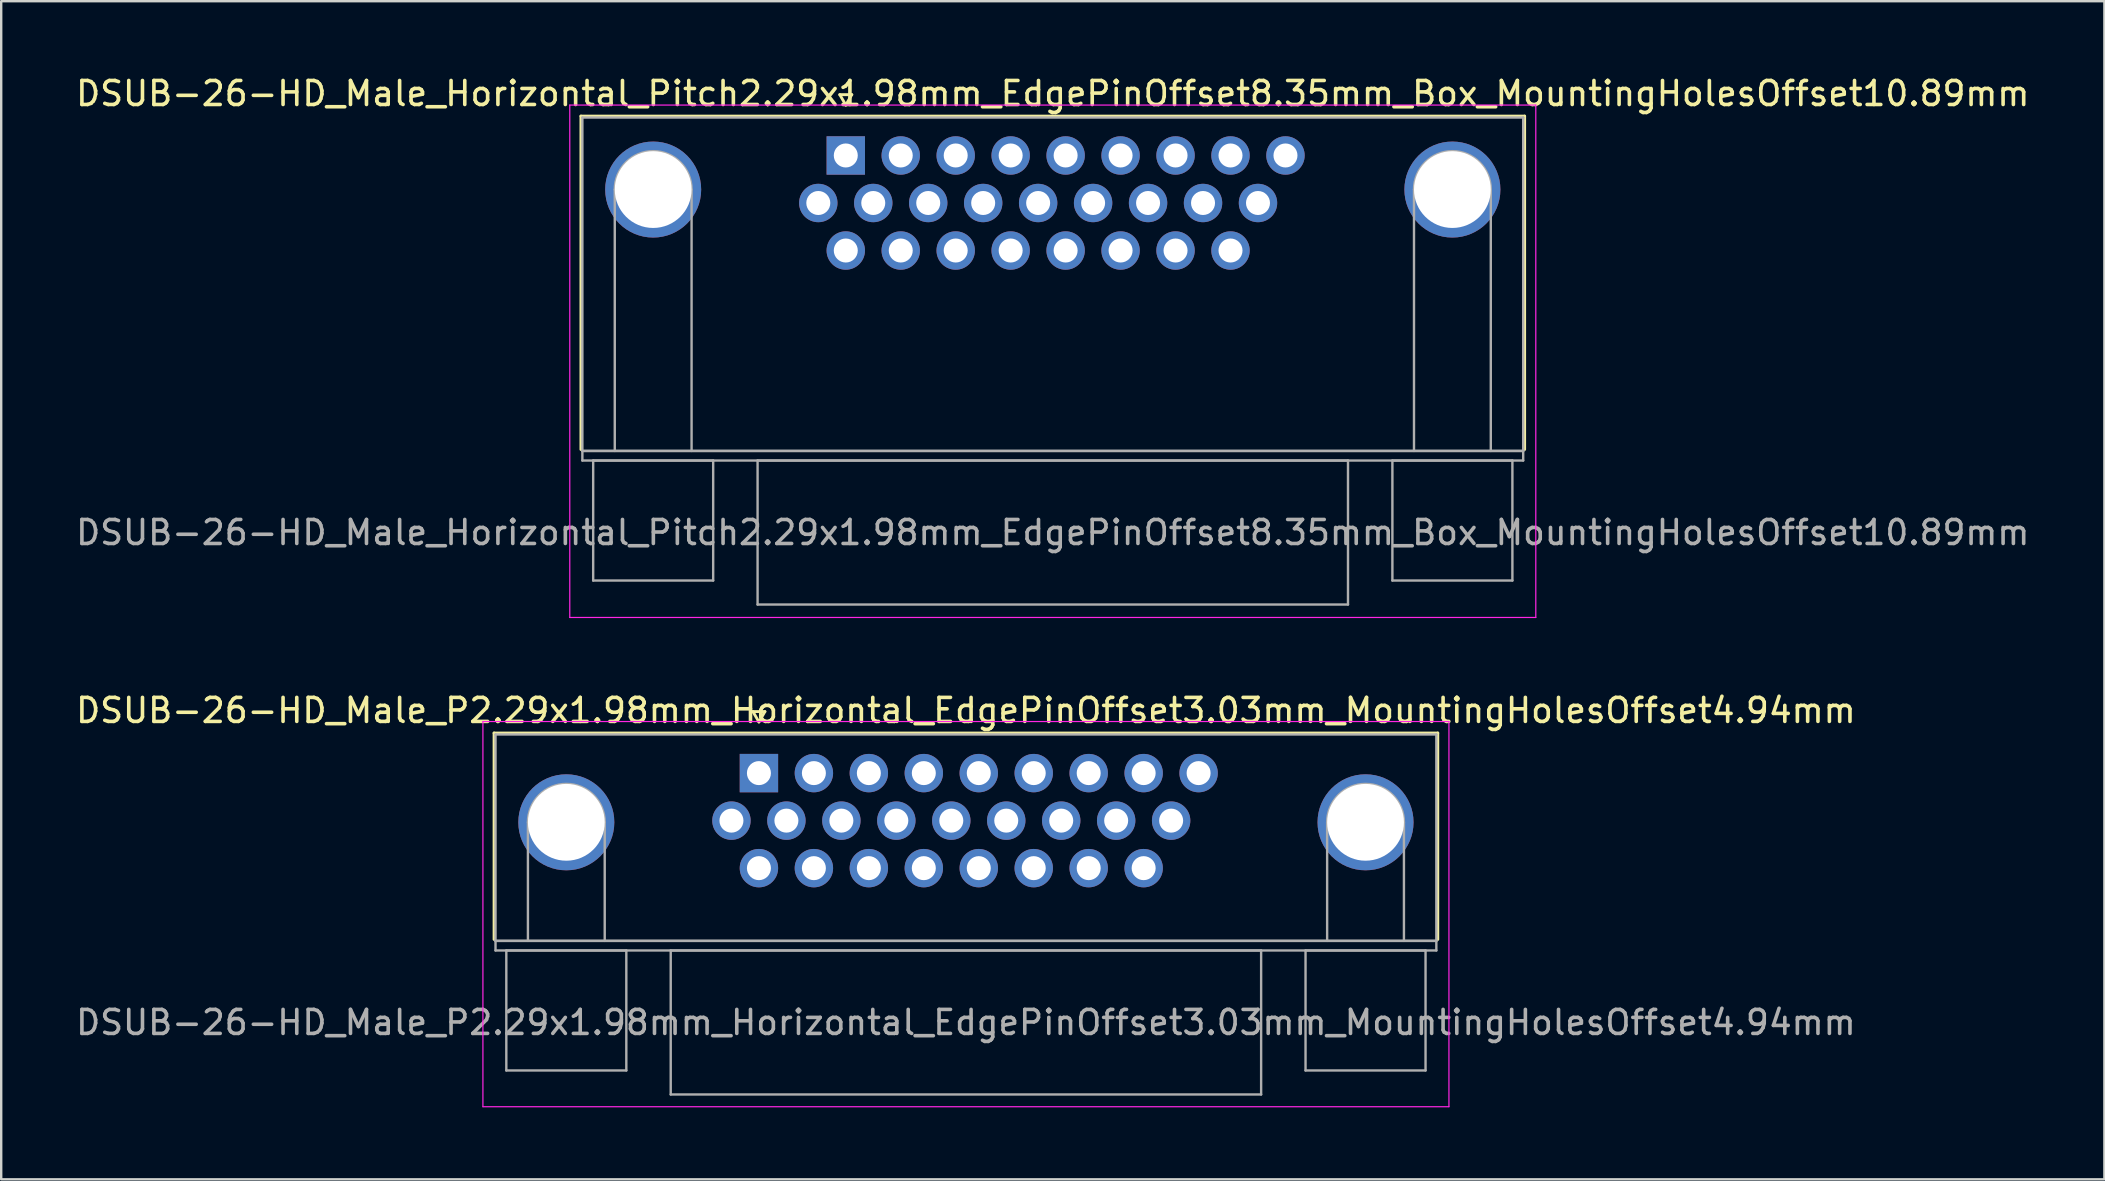
<source format=kicad_pcb>
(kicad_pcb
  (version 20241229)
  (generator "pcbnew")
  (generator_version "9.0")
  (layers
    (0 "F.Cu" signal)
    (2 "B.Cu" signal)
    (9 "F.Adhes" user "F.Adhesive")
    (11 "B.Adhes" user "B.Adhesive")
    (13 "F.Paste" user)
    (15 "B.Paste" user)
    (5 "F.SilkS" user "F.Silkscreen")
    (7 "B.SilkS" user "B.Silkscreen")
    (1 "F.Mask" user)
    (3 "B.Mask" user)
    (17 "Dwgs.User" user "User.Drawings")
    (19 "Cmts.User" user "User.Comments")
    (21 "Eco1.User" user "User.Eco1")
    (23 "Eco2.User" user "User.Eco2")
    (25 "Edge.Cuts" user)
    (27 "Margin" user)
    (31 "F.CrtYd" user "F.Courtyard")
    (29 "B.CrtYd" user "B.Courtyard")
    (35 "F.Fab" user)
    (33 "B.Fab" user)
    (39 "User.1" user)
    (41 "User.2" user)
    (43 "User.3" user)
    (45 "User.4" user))
  (footprint "DSUB-26-HD_Male_P2.29x1.98mm_Horizontal_EdgePinOffset3.03mm_MountingHolesOffset4.94mm"
    (layer "F.Cu")
    (at 28.571 29.162)
    (property "Reference" "DSUB-26-HD_Male_P2.29x1.98mm_Horizontal_EdgePinOffset3.03mm_MountingHolesOffset4.94mm" (at 8.625 -2.61 0) (layer "F.SilkS") (effects (font (size 1 1) (thickness 0.15))))
    (attr through_hole)
    (fp_line (start -11.035 -1.67) (end 28.285 -1.67) (stroke (width 0.12) (type solid)) (layer "F.SilkS"))
    (fp_line (start -11.035 6.93) (end -11.035 -1.67) (stroke (width 0.12) (type solid)) (layer "F.SilkS"))
    (fp_line (start -0.25 -2.564) (end 0.25 -2.564) (stroke (width 0.12) (type solid)) (layer "F.SilkS"))
    (fp_line (start 0 -2.131) (end -0.25 -2.564) (stroke (width 0.12) (type solid)) (layer "F.SilkS"))
    (fp_line (start 0.25 -2.564) (end 0 -2.131) (stroke (width 0.12) (type solid)) (layer "F.SilkS"))
    (fp_line (start 28.285 -1.67) (end 28.285 6.93) (stroke (width 0.12) (type solid)) (layer "F.SilkS"))
    (fp_line (start -11.5 -2.15) (end -11.5 13.9) (stroke (width 0.05) (type solid)) (layer "F.CrtYd"))
    (fp_line (start -11.5 13.9) (end 28.75 13.9) (stroke (width 0.05) (type solid)) (layer "F.CrtYd"))
    (fp_line (start 28.75 -2.15) (end -11.5 -2.15) (stroke (width 0.05) (type solid)) (layer "F.CrtYd"))
    (fp_line (start 28.75 13.9) (end 28.75 -2.15) (stroke (width 0.05) (type solid)) (layer "F.CrtYd"))
    (fp_line (start -10.975 -1.61) (end -10.975 6.99) (stroke (width 0.1) (type solid)) (layer "F.Fab"))
    (fp_line (start -10.975 6.99) (end -10.975 7.39) (stroke (width 0.1) (type solid)) (layer "F.Fab"))
    (fp_line (start -10.975 6.99) (end 28.225 6.99) (stroke (width 0.1) (type solid)) (layer "F.Fab"))
    (fp_line (start -10.975 7.39) (end 28.225 7.39) (stroke (width 0.1) (type solid)) (layer "F.Fab"))
    (fp_line (start -10.525 7.39) (end -10.525 12.39) (stroke (width 0.1) (type solid)) (layer "F.Fab"))
    (fp_line (start -10.525 12.39) (end -5.525 12.39) (stroke (width 0.1) (type solid)) (layer "F.Fab"))
    (fp_line (start -9.625 6.99) (end -9.625 2.05) (stroke (width 0.1) (type solid)) (layer "F.Fab"))
    (fp_line (start -6.425 6.99) (end -6.425 2.05) (stroke (width 0.1) (type solid)) (layer "F.Fab"))
    (fp_line (start -5.525 7.39) (end -10.525 7.39) (stroke (width 0.1) (type solid)) (layer "F.Fab"))
    (fp_line (start -5.525 12.39) (end -5.525 7.39) (stroke (width 0.1) (type solid)) (layer "F.Fab"))
    (fp_line (start -3.675 7.39) (end -3.675 13.39) (stroke (width 0.1) (type solid)) (layer "F.Fab"))
    (fp_line (start -3.675 13.39) (end 20.925 13.39) (stroke (width 0.1) (type solid)) (layer "F.Fab"))
    (fp_line (start 20.925 7.39) (end -3.675 7.39) (stroke (width 0.1) (type solid)) (layer "F.Fab"))
    (fp_line (start 20.925 13.39) (end 20.925 7.39) (stroke (width 0.1) (type solid)) (layer "F.Fab"))
    (fp_line (start 22.775 7.39) (end 22.775 12.39) (stroke (width 0.1) (type solid)) (layer "F.Fab"))
    (fp_line (start 22.775 12.39) (end 27.775 12.39) (stroke (width 0.1) (type solid)) (layer "F.Fab"))
    (fp_line (start 23.675 6.99) (end 23.675 2.05) (stroke (width 0.1) (type solid)) (layer "F.Fab"))
    (fp_line (start 26.875 6.99) (end 26.875 2.05) (stroke (width 0.1) (type solid)) (layer "F.Fab"))
    (fp_line (start 27.775 7.39) (end 22.775 7.39) (stroke (width 0.1) (type solid)) (layer "F.Fab"))
    (fp_line (start 27.775 12.39) (end 27.775 7.39) (stroke (width 0.1) (type solid)) (layer "F.Fab"))
    (fp_line (start 28.225 -1.61) (end -10.975 -1.61) (stroke (width 0.1) (type solid)) (layer "F.Fab"))
    (fp_line (start 28.225 6.99) (end -10.975 6.99) (stroke (width 0.1) (type solid)) (layer "F.Fab"))
    (fp_line (start 28.225 6.99) (end 28.225 -1.61) (stroke (width 0.1) (type solid)) (layer "F.Fab"))
    (fp_line (start 28.225 7.39) (end 28.225 6.99) (stroke (width 0.1) (type solid)) (layer "F.Fab"))
    (fp_arc (start -9.625 2.05) (mid -8.025 0.45) (end -6.425 2.05) (stroke (width 0.1) (type solid)) (layer "F.Fab"))
    (fp_arc (start 23.675 2.05) (mid 25.275 0.45) (end 26.875 2.05) (stroke (width 0.1) (type solid)) (layer "F.Fab"))
    (fp_text user "${REFERENCE}" (at 8.625 10.39 0) (layer "F.Fab") (effects (font (size 1 1) (thickness 0.15))))
    (pad "0" thru_hole circle (at -8.025 2.05) (size 4 4) (drill 3.2) (layers "*.Cu" "*.Mask"))
    (pad "0" thru_hole circle (at 25.275 2.05) (size 4 4) (drill 3.2) (layers "*.Cu" "*.Mask"))
    (pad "1" thru_hole rect (at 0 0) (size 1.6 1.6) (drill 1) (layers "*.Cu" "*.Mask"))
    (pad "2" thru_hole circle (at 2.29 0) (size 1.6 1.6) (drill 1) (layers "*.Cu" "*.Mask"))
    (pad "3" thru_hole circle (at 4.58 0) (size 1.6 1.6) (drill 1) (layers "*.Cu" "*.Mask"))
    (pad "4" thru_hole circle (at 6.87 0) (size 1.6 1.6) (drill 1) (layers "*.Cu" "*.Mask"))
    (pad "5" thru_hole circle (at 9.16 0) (size 1.6 1.6) (drill 1) (layers "*.Cu" "*.Mask"))
    (pad "6" thru_hole circle (at 11.45 0) (size 1.6 1.6) (drill 1) (layers "*.Cu" "*.Mask"))
    (pad "7" thru_hole circle (at 13.74 0) (size 1.6 1.6) (drill 1) (layers "*.Cu" "*.Mask"))
    (pad "8" thru_hole circle (at 16.03 0) (size 1.6 1.6) (drill 1) (layers "*.Cu" "*.Mask"))
    (pad "9" thru_hole circle (at 18.32 0) (size 1.6 1.6) (drill 1) (layers "*.Cu" "*.Mask"))
    (pad "10" thru_hole circle (at -1.145 1.98) (size 1.6 1.6) (drill 1) (layers "*.Cu" "*.Mask"))
    (pad "11" thru_hole circle (at 1.145 1.98) (size 1.6 1.6) (drill 1) (layers "*.Cu" "*.Mask"))
    (pad "12" thru_hole circle (at 3.435 1.98) (size 1.6 1.6) (drill 1) (layers "*.Cu" "*.Mask"))
    (pad "13" thru_hole circle (at 5.725 1.98) (size 1.6 1.6) (drill 1) (layers "*.Cu" "*.Mask"))
    (pad "14" thru_hole circle (at 8.015 1.98) (size 1.6 1.6) (drill 1) (layers "*.Cu" "*.Mask"))
    (pad "15" thru_hole circle (at 10.305 1.98) (size 1.6 1.6) (drill 1) (layers "*.Cu" "*.Mask"))
    (pad "16" thru_hole circle (at 12.595 1.98) (size 1.6 1.6) (drill 1) (layers "*.Cu" "*.Mask"))
    (pad "17" thru_hole circle (at 14.885 1.98) (size 1.6 1.6) (drill 1) (layers "*.Cu" "*.Mask"))
    (pad "18" thru_hole circle (at 17.175 1.98) (size 1.6 1.6) (drill 1) (layers "*.Cu" "*.Mask"))
    (pad "19" thru_hole circle (at 0 3.96) (size 1.6 1.6) (drill 1) (layers "*.Cu" "*.Mask"))
    (pad "20" thru_hole circle (at 2.29 3.96) (size 1.6 1.6) (drill 1) (layers "*.Cu" "*.Mask"))
    (pad "21" thru_hole circle (at 4.58 3.96) (size 1.6 1.6) (drill 1) (layers "*.Cu" "*.Mask"))
    (pad "22" thru_hole circle (at 6.87 3.96) (size 1.6 1.6) (drill 1) (layers "*.Cu" "*.Mask"))
    (pad "23" thru_hole circle (at 9.16 3.96) (size 1.6 1.6) (drill 1) (layers "*.Cu" "*.Mask"))
    (pad "24" thru_hole circle (at 11.45 3.96) (size 1.6 1.6) (drill 1) (layers "*.Cu" "*.Mask"))
    (pad "25" thru_hole circle (at 13.74 3.96) (size 1.6 1.6) (drill 1) (layers "*.Cu" "*.Mask"))
    (pad "26" thru_hole circle (at 16.03 3.96) (size 1.6 1.6) (drill 1) (layers "*.Cu" "*.Mask")))
  (footprint "DSUB-26-HD_Male_Horizontal_Pitch2.29x1.98mm_EdgePinOffset8.35mm_Box_MountingHolesOffset10.89mm"
    (layer "F.Cu")
    (at 32.19 3.428)
    (property "Reference" "DSUB-26-HD_Male_Horizontal_Pitch2.29x1.98mm_EdgePinOffset8.35mm_Box_MountingHolesOffset10.89mm" (at 8.625 -2.58 0) (layer "F.SilkS") (effects (font (size 1 1) (thickness 0.15))))
    (attr through_hole)
    (fp_line (start -11.035 -1.64) (end 28.285 -1.64) (stroke (width 0.12) (type solid)) (layer "F.SilkS"))
    (fp_line (start -11.035 12.25) (end -11.035 -1.64) (stroke (width 0.12) (type solid)) (layer "F.SilkS"))
    (fp_line (start -0.25 -2.534) (end 0.25 -2.534) (stroke (width 0.12) (type solid)) (layer "F.SilkS"))
    (fp_line (start 0 -2.101) (end -0.25 -2.534) (stroke (width 0.12) (type solid)) (layer "F.SilkS"))
    (fp_line (start 0.25 -2.534) (end 0 -2.101) (stroke (width 0.12) (type solid)) (layer "F.SilkS"))
    (fp_line (start 28.285 -1.64) (end 28.285 12.25) (stroke (width 0.12) (type solid)) (layer "F.SilkS"))
    (fp_line (start -11.5 -2.1) (end -11.5 19.25) (stroke (width 0.05) (type solid)) (layer "F.CrtYd"))
    (fp_line (start -11.5 19.25) (end 28.75 19.25) (stroke (width 0.05) (type solid)) (layer "F.CrtYd"))
    (fp_line (start 28.75 -2.1) (end -11.5 -2.1) (stroke (width 0.05) (type solid)) (layer "F.CrtYd"))
    (fp_line (start 28.75 19.25) (end 28.75 -2.1) (stroke (width 0.05) (type solid)) (layer "F.CrtYd"))
    (fp_line (start -10.975 -1.58) (end -10.975 12.31) (stroke (width 0.1) (type solid)) (layer "F.Fab"))
    (fp_line (start -10.975 12.31) (end -10.975 12.71) (stroke (width 0.1) (type solid)) (layer "F.Fab"))
    (fp_line (start -10.975 12.31) (end 28.225 12.31) (stroke (width 0.1) (type solid)) (layer "F.Fab"))
    (fp_line (start -10.975 12.71) (end 28.225 12.71) (stroke (width 0.1) (type solid)) (layer "F.Fab"))
    (fp_line (start -10.525 12.71) (end -10.525 17.71) (stroke (width 0.1) (type solid)) (layer "F.Fab"))
    (fp_line (start -10.525 17.71) (end -5.525 17.71) (stroke (width 0.1) (type solid)) (layer "F.Fab"))
    (fp_line (start -9.625 12.31) (end -9.625 1.42) (stroke (width 0.1) (type solid)) (layer "F.Fab"))
    (fp_line (start -6.425 12.31) (end -6.425 1.42) (stroke (width 0.1) (type solid)) (layer "F.Fab"))
    (fp_line (start -5.525 12.71) (end -10.525 12.71) (stroke (width 0.1) (type solid)) (layer "F.Fab"))
    (fp_line (start -5.525 17.71) (end -5.525 12.71) (stroke (width 0.1) (type solid)) (layer "F.Fab"))
    (fp_line (start -3.675 12.71) (end -3.675 18.71) (stroke (width 0.1) (type solid)) (layer "F.Fab"))
    (fp_line (start -3.675 18.71) (end 20.925 18.71) (stroke (width 0.1) (type solid)) (layer "F.Fab"))
    (fp_line (start 20.925 12.71) (end -3.675 12.71) (stroke (width 0.1) (type solid)) (layer "F.Fab"))
    (fp_line (start 20.925 18.71) (end 20.925 12.71) (stroke (width 0.1) (type solid)) (layer "F.Fab"))
    (fp_line (start 22.775 12.71) (end 22.775 17.71) (stroke (width 0.1) (type solid)) (layer "F.Fab"))
    (fp_line (start 22.775 17.71) (end 27.775 17.71) (stroke (width 0.1) (type solid)) (layer "F.Fab"))
    (fp_line (start 23.675 12.31) (end 23.675 1.42) (stroke (width 0.1) (type solid)) (layer "F.Fab"))
    (fp_line (start 26.875 12.31) (end 26.875 1.42) (stroke (width 0.1) (type solid)) (layer "F.Fab"))
    (fp_line (start 27.775 12.71) (end 22.775 12.71) (stroke (width 0.1) (type solid)) (layer "F.Fab"))
    (fp_line (start 27.775 17.71) (end 27.775 12.71) (stroke (width 0.1) (type solid)) (layer "F.Fab"))
    (fp_line (start 28.225 -1.58) (end -10.975 -1.58) (stroke (width 0.1) (type solid)) (layer "F.Fab"))
    (fp_line (start 28.225 12.31) (end -10.975 12.31) (stroke (width 0.1) (type solid)) (layer "F.Fab"))
    (fp_line (start 28.225 12.31) (end 28.225 -1.58) (stroke (width 0.1) (type solid)) (layer "F.Fab"))
    (fp_line (start 28.225 12.71) (end 28.225 12.31) (stroke (width 0.1) (type solid)) (layer "F.Fab"))
    (fp_arc (start -9.625 1.42) (mid -8.025 -0.18) (end -6.425 1.42) (stroke (width 0.1) (type solid)) (layer "F.Fab"))
    (fp_arc (start 23.675 1.42) (mid 25.275 -0.18) (end 26.875 1.42) (stroke (width 0.1) (type solid)) (layer "F.Fab"))
    (fp_text user "${REFERENCE}" (at 8.625 15.71 0) (layer "F.Fab") (effects (font (size 1 1) (thickness 0.15))))
    (pad "0" thru_hole circle (at -8.025 1.42) (size 4 4) (drill 3.2) (layers "*.Cu" "*.Mask"))
    (pad "0" thru_hole circle (at 25.275 1.42) (size 4 4) (drill 3.2) (layers "*.Cu" "*.Mask"))
    (pad "1" thru_hole rect (at 0 0) (size 1.6 1.6) (drill 1) (layers "*.Cu" "*.Mask"))
    (pad "2" thru_hole circle (at 2.29 0) (size 1.6 1.6) (drill 1) (layers "*.Cu" "*.Mask"))
    (pad "3" thru_hole circle (at 4.58 0) (size 1.6 1.6) (drill 1) (layers "*.Cu" "*.Mask"))
    (pad "4" thru_hole circle (at 6.87 0) (size 1.6 1.6) (drill 1) (layers "*.Cu" "*.Mask"))
    (pad "5" thru_hole circle (at 9.16 0) (size 1.6 1.6) (drill 1) (layers "*.Cu" "*.Mask"))
    (pad "6" thru_hole circle (at 11.45 0) (size 1.6 1.6) (drill 1) (layers "*.Cu" "*.Mask"))
    (pad "7" thru_hole circle (at 13.74 0) (size 1.6 1.6) (drill 1) (layers "*.Cu" "*.Mask"))
    (pad "8" thru_hole circle (at 16.03 0) (size 1.6 1.6) (drill 1) (layers "*.Cu" "*.Mask"))
    (pad "9" thru_hole circle (at 18.32 0) (size 1.6 1.6) (drill 1) (layers "*.Cu" "*.Mask"))
    (pad "10" thru_hole circle (at -1.145 1.98) (size 1.6 1.6) (drill 1) (layers "*.Cu" "*.Mask"))
    (pad "11" thru_hole circle (at 1.145 1.98) (size 1.6 1.6) (drill 1) (layers "*.Cu" "*.Mask"))
    (pad "12" thru_hole circle (at 3.435 1.98) (size 1.6 1.6) (drill 1) (layers "*.Cu" "*.Mask"))
    (pad "13" thru_hole circle (at 5.725 1.98) (size 1.6 1.6) (drill 1) (layers "*.Cu" "*.Mask"))
    (pad "14" thru_hole circle (at 8.015 1.98) (size 1.6 1.6) (drill 1) (layers "*.Cu" "*.Mask"))
    (pad "15" thru_hole circle (at 10.305 1.98) (size 1.6 1.6) (drill 1) (layers "*.Cu" "*.Mask"))
    (pad "16" thru_hole circle (at 12.595 1.98) (size 1.6 1.6) (drill 1) (layers "*.Cu" "*.Mask"))
    (pad "17" thru_hole circle (at 14.885 1.98) (size 1.6 1.6) (drill 1) (layers "*.Cu" "*.Mask"))
    (pad "18" thru_hole circle (at 17.175 1.98) (size 1.6 1.6) (drill 1) (layers "*.Cu" "*.Mask"))
    (pad "19" thru_hole circle (at 0 3.96) (size 1.6 1.6) (drill 1) (layers "*.Cu" "*.Mask"))
    (pad "20" thru_hole circle (at 2.29 3.96) (size 1.6 1.6) (drill 1) (layers "*.Cu" "*.Mask"))
    (pad "21" thru_hole circle (at 4.58 3.96) (size 1.6 1.6) (drill 1) (layers "*.Cu" "*.Mask"))
    (pad "22" thru_hole circle (at 6.87 3.96) (size 1.6 1.6) (drill 1) (layers "*.Cu" "*.Mask"))
    (pad "23" thru_hole circle (at 9.16 3.96) (size 1.6 1.6) (drill 1) (layers "*.Cu" "*.Mask"))
    (pad "24" thru_hole circle (at 11.45 3.96) (size 1.6 1.6) (drill 1) (layers "*.Cu" "*.Mask"))
    (pad "25" thru_hole circle (at 13.74 3.96) (size 1.6 1.6) (drill 1) (layers "*.Cu" "*.Mask"))
    (pad "26" thru_hole circle (at 16.03 3.96) (size 1.6 1.6) (drill 1) (layers "*.Cu" "*.Mask")))
  (gr_rect
    (start -3 -3)
    (end 84.631 46.087)
    (stroke (width 0.1) (type default))
    (fill no)
    (layer "Edge.Cuts")))
</source>
